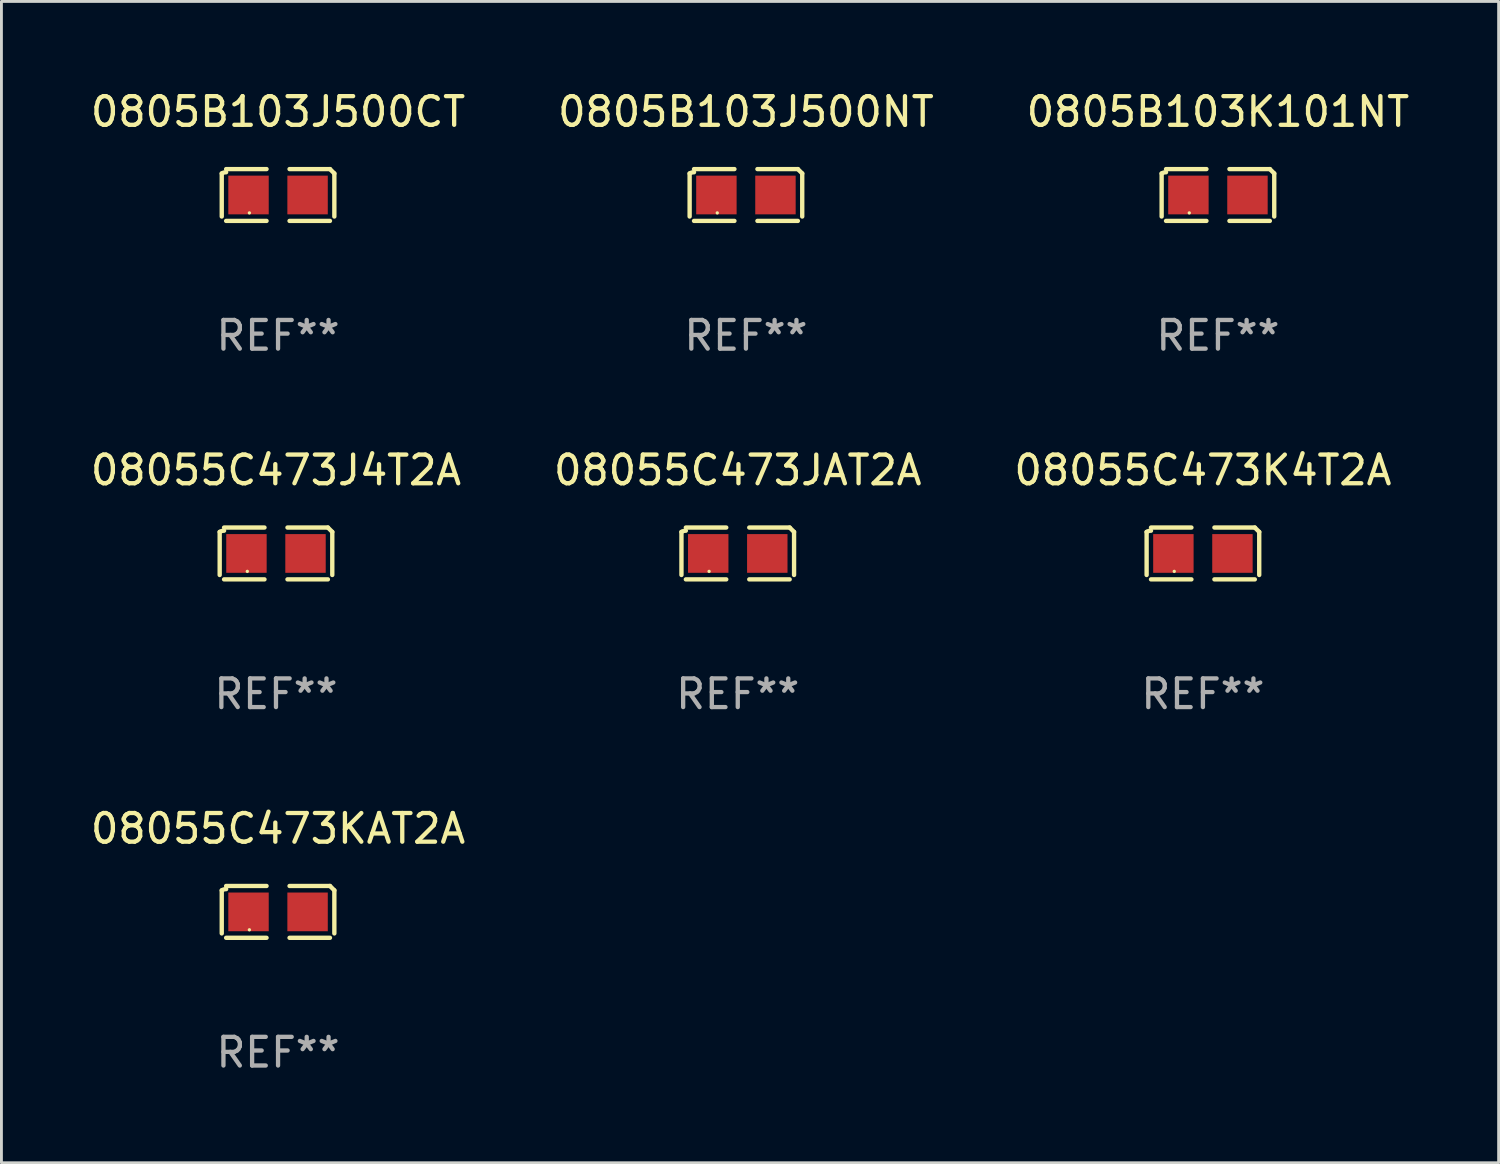
<source format=kicad_pcb>
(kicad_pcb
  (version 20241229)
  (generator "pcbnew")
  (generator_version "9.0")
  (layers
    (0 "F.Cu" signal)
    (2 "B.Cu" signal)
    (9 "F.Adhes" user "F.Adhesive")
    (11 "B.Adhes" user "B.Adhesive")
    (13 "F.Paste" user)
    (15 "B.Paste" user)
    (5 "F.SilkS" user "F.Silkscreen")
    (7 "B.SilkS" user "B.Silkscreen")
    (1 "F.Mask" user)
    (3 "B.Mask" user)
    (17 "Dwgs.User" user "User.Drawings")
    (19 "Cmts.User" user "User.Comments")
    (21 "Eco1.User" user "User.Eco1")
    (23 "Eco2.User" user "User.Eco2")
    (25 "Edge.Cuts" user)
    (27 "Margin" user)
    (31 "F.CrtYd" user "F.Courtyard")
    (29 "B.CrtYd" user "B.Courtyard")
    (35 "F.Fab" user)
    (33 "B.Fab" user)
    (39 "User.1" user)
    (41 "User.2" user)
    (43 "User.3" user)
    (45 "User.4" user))
  (footprint "0805B103J500CT"
    (layer "F.Cu")
    (at 6.649 3.752)
    (property "Reference" "0805B103J500CT" (at 0 -2.904 0) (layer "F.SilkS") (effects (font (size 1 1) (thickness 0.15))))
    (attr through_hole)
    (fp_line (start -1.964 0.751) (end -1.964 -0.751) (stroke (width 0.152) (type solid)) (layer "F.SilkS"))
    (fp_line (start -1.811 -0.904) (end -0.401 -0.904) (stroke (width 0.152) (type solid)) (layer "F.SilkS"))
    (fp_line (start -0.401 0.904) (end -1.811 0.904) (stroke (width 0.152) (type solid)) (layer "F.SilkS"))
    (fp_line (start 0.401 0.904) (end 1.811 0.904) (stroke (width 0.152) (type solid)) (layer "F.SilkS"))
    (fp_line (start 1.811 -0.904) (end 0.401 -0.904) (stroke (width 0.152) (type solid)) (layer "F.SilkS"))
    (fp_line (start 1.964 0.751) (end 1.964 -0.751) (stroke (width 0.152) (type solid)) (layer "F.SilkS"))
    (fp_arc (start -1.963602 -0.751207) (mid -1.890354 -0.783131) (end -1.811201 -0.794044) (stroke (width 0.1524) (type solid)) (layer "F.SilkS"))
    (fp_arc (start 1.811202 -0.903607) (mid 1.887413 -0.827418) (end 1.963602 -0.751207) (stroke (width 0.1524) (type solid)) (layer "F.SilkS"))
    (fp_circle (center -1 0.625) (end -0.97 0.625) (stroke (width 0.06) (type solid)) (fill no) (layer "F.SilkS"))
    (fp_text user "REF**" (at 0 4.904 0) (layer "F.Fab") (effects (font (size 1 1) (thickness 0.15))))
    (pad "1" smd rect (at -1.03 0) (size 1.41 1.35) (layers "F.Cu" "F.Mask" "F.Paste"))
    (pad "2" smd rect (at 1.03 0) (size 1.41 1.35) (layers "F.Cu" "F.Mask" "F.Paste")))
  (footprint "08055C473K4T2A"
    (layer "F.Cu")
    (at 38.911 16.256)
    (property "Reference" "08055C473K4T2A" (at 0 -2.904 0) (layer "F.SilkS") (effects (font (size 1 1) (thickness 0.15))))
    (attr through_hole)
    (fp_line (start -1.964 0.751) (end -1.964 -0.751) (stroke (width 0.152) (type solid)) (layer "F.SilkS"))
    (fp_line (start -1.811 -0.904) (end -0.401 -0.904) (stroke (width 0.152) (type solid)) (layer "F.SilkS"))
    (fp_line (start -0.401 0.904) (end -1.811 0.904) (stroke (width 0.152) (type solid)) (layer "F.SilkS"))
    (fp_line (start 0.401 0.904) (end 1.811 0.904) (stroke (width 0.152) (type solid)) (layer "F.SilkS"))
    (fp_line (start 1.811 -0.904) (end 0.401 -0.904) (stroke (width 0.152) (type solid)) (layer "F.SilkS"))
    (fp_line (start 1.964 0.751) (end 1.964 -0.751) (stroke (width 0.152) (type solid)) (layer "F.SilkS"))
    (fp_arc (start -1.963602 -0.751207) (mid -1.890354 -0.783131) (end -1.811201 -0.794044) (stroke (width 0.1524) (type solid)) (layer "F.SilkS"))
    (fp_arc (start 1.811202 -0.903607) (mid 1.887413 -0.827418) (end 1.963602 -0.751207) (stroke (width 0.1524) (type solid)) (layer "F.SilkS"))
    (fp_circle (center -1 0.625) (end -0.97 0.625) (stroke (width 0.06) (type solid)) (fill no) (layer "F.SilkS"))
    (fp_text user "REF**" (at 0 4.904 0) (layer "F.Fab") (effects (font (size 1 1) (thickness 0.15))))
    (pad "1" smd rect (at -1.03 0) (size 1.41 1.35) (layers "F.Cu" "F.Mask" "F.Paste"))
    (pad "2" smd rect (at 1.03 0) (size 1.41 1.35) (layers "F.Cu" "F.Mask" "F.Paste")))
  (footprint "08055C473JAT2A"
    (layer "F.Cu")
    (at 22.685 16.256)
    (property "Reference" "08055C473JAT2A" (at 0 -2.904 0) (layer "F.SilkS") (effects (font (size 1 1) (thickness 0.15))))
    (attr through_hole)
    (fp_line (start -1.964 0.751) (end -1.964 -0.751) (stroke (width 0.152) (type solid)) (layer "F.SilkS"))
    (fp_line (start -1.811 -0.904) (end -0.401 -0.904) (stroke (width 0.152) (type solid)) (layer "F.SilkS"))
    (fp_line (start -0.401 0.904) (end -1.811 0.904) (stroke (width 0.152) (type solid)) (layer "F.SilkS"))
    (fp_line (start 0.401 0.904) (end 1.811 0.904) (stroke (width 0.152) (type solid)) (layer "F.SilkS"))
    (fp_line (start 1.811 -0.904) (end 0.401 -0.904) (stroke (width 0.152) (type solid)) (layer "F.SilkS"))
    (fp_line (start 1.964 0.751) (end 1.964 -0.751) (stroke (width 0.152) (type solid)) (layer "F.SilkS"))
    (fp_arc (start -1.963602 -0.751207) (mid -1.890354 -0.783131) (end -1.811201 -0.794044) (stroke (width 0.1524) (type solid)) (layer "F.SilkS"))
    (fp_arc (start 1.811202 -0.903607) (mid 1.887413 -0.827418) (end 1.963602 -0.751207) (stroke (width 0.1524) (type solid)) (layer "F.SilkS"))
    (fp_circle (center -1 0.625) (end -0.97 0.625) (stroke (width 0.06) (type solid)) (fill no) (layer "F.SilkS"))
    (fp_text user "REF**" (at 0 4.904 0) (layer "F.Fab") (effects (font (size 1 1) (thickness 0.15))))
    (pad "1" smd rect (at -1.03 0) (size 1.41 1.35) (layers "F.Cu" "F.Mask" "F.Paste"))
    (pad "2" smd rect (at 1.03 0) (size 1.41 1.35) (layers "F.Cu" "F.Mask" "F.Paste")))
  (footprint "0805B103K101NT"
    (layer "F.Cu")
    (at 39.435 3.752)
    (property "Reference" "0805B103K101NT" (at 0 -2.904 0) (layer "F.SilkS") (effects (font (size 1 1) (thickness 0.15))))
    (attr through_hole)
    (fp_line (start -1.964 0.751) (end -1.964 -0.751) (stroke (width 0.152) (type solid)) (layer "F.SilkS"))
    (fp_line (start -1.811 -0.904) (end -0.401 -0.904) (stroke (width 0.152) (type solid)) (layer "F.SilkS"))
    (fp_line (start -0.401 0.904) (end -1.811 0.904) (stroke (width 0.152) (type solid)) (layer "F.SilkS"))
    (fp_line (start 0.401 0.904) (end 1.811 0.904) (stroke (width 0.152) (type solid)) (layer "F.SilkS"))
    (fp_line (start 1.811 -0.904) (end 0.401 -0.904) (stroke (width 0.152) (type solid)) (layer "F.SilkS"))
    (fp_line (start 1.964 0.751) (end 1.964 -0.751) (stroke (width 0.152) (type solid)) (layer "F.SilkS"))
    (fp_arc (start -1.963602 -0.751207) (mid -1.890354 -0.783131) (end -1.811201 -0.794044) (stroke (width 0.1524) (type solid)) (layer "F.SilkS"))
    (fp_arc (start 1.811202 -0.903607) (mid 1.887413 -0.827418) (end 1.963602 -0.751207) (stroke (width 0.1524) (type solid)) (layer "F.SilkS"))
    (fp_circle (center -1 0.625) (end -0.97 0.625) (stroke (width 0.06) (type solid)) (fill no) (layer "F.SilkS"))
    (fp_text user "REF**" (at 0 4.904 0) (layer "F.Fab") (effects (font (size 1 1) (thickness 0.15))))
    (pad "1" smd rect (at -1.03 0) (size 1.41 1.35) (layers "F.Cu" "F.Mask" "F.Paste"))
    (pad "2" smd rect (at 1.03 0) (size 1.41 1.35) (layers "F.Cu" "F.Mask" "F.Paste")))
  (footprint "0805B103J500NT"
    (layer "F.Cu")
    (at 22.97 3.752)
    (property "Reference" "0805B103J500NT" (at 0 -2.904 0) (layer "F.SilkS") (effects (font (size 1 1) (thickness 0.15))))
    (attr through_hole)
    (fp_line (start -1.964 0.751) (end -1.964 -0.751) (stroke (width 0.152) (type solid)) (layer "F.SilkS"))
    (fp_line (start -1.811 -0.904) (end -0.401 -0.904) (stroke (width 0.152) (type solid)) (layer "F.SilkS"))
    (fp_line (start -0.401 0.904) (end -1.811 0.904) (stroke (width 0.152) (type solid)) (layer "F.SilkS"))
    (fp_line (start 0.401 0.904) (end 1.811 0.904) (stroke (width 0.152) (type solid)) (layer "F.SilkS"))
    (fp_line (start 1.811 -0.904) (end 0.401 -0.904) (stroke (width 0.152) (type solid)) (layer "F.SilkS"))
    (fp_line (start 1.964 0.751) (end 1.964 -0.751) (stroke (width 0.152) (type solid)) (layer "F.SilkS"))
    (fp_arc (start -1.963602 -0.751207) (mid -1.890354 -0.783131) (end -1.811201 -0.794044) (stroke (width 0.1524) (type solid)) (layer "F.SilkS"))
    (fp_arc (start 1.811202 -0.903607) (mid 1.887413 -0.827418) (end 1.963602 -0.751207) (stroke (width 0.1524) (type solid)) (layer "F.SilkS"))
    (fp_circle (center -1 0.625) (end -0.97 0.625) (stroke (width 0.06) (type solid)) (fill no) (layer "F.SilkS"))
    (fp_text user "REF**" (at 0 4.904 0) (layer "F.Fab") (effects (font (size 1 1) (thickness 0.15))))
    (pad "1" smd rect (at -1.03 0) (size 1.41 1.35) (layers "F.Cu" "F.Mask" "F.Paste"))
    (pad "2" smd rect (at 1.03 0) (size 1.41 1.35) (layers "F.Cu" "F.Mask" "F.Paste")))
  (footprint "08055C473J4T2A"
    (layer "F.Cu")
    (at 6.577 16.256)
    (property "Reference" "08055C473J4T2A" (at 0 -2.904 0) (layer "F.SilkS") (effects (font (size 1 1) (thickness 0.15))))
    (attr through_hole)
    (fp_line (start -1.964 0.751) (end -1.964 -0.751) (stroke (width 0.152) (type solid)) (layer "F.SilkS"))
    (fp_line (start -1.811 -0.904) (end -0.401 -0.904) (stroke (width 0.152) (type solid)) (layer "F.SilkS"))
    (fp_line (start -0.401 0.904) (end -1.811 0.904) (stroke (width 0.152) (type solid)) (layer "F.SilkS"))
    (fp_line (start 0.401 0.904) (end 1.811 0.904) (stroke (width 0.152) (type solid)) (layer "F.SilkS"))
    (fp_line (start 1.811 -0.904) (end 0.401 -0.904) (stroke (width 0.152) (type solid)) (layer "F.SilkS"))
    (fp_line (start 1.964 0.751) (end 1.964 -0.751) (stroke (width 0.152) (type solid)) (layer "F.SilkS"))
    (fp_arc (start -1.963602 -0.751207) (mid -1.890354 -0.783131) (end -1.811201 -0.794044) (stroke (width 0.1524) (type solid)) (layer "F.SilkS"))
    (fp_arc (start 1.811202 -0.903607) (mid 1.887413 -0.827418) (end 1.963602 -0.751207) (stroke (width 0.1524) (type solid)) (layer "F.SilkS"))
    (fp_circle (center -1 0.625) (end -0.97 0.625) (stroke (width 0.06) (type solid)) (fill no) (layer "F.SilkS"))
    (fp_text user "REF**" (at 0 4.904 0) (layer "F.Fab") (effects (font (size 1 1) (thickness 0.15))))
    (pad "1" smd rect (at -1.03 0) (size 1.41 1.35) (layers "F.Cu" "F.Mask" "F.Paste"))
    (pad "2" smd rect (at 1.03 0) (size 1.41 1.35) (layers "F.Cu" "F.Mask" "F.Paste")))
  (footprint "08055C473KAT2A"
    (layer "F.Cu")
    (at 6.649 28.759)
    (property "Reference" "08055C473KAT2A" (at 0 -2.904 0) (layer "F.SilkS") (effects (font (size 1 1) (thickness 0.15))))
    (attr through_hole)
    (fp_line (start -1.964 0.751) (end -1.964 -0.751) (stroke (width 0.152) (type solid)) (layer "F.SilkS"))
    (fp_line (start -1.811 -0.904) (end -0.401 -0.904) (stroke (width 0.152) (type solid)) (layer "F.SilkS"))
    (fp_line (start -0.401 0.904) (end -1.811 0.904) (stroke (width 0.152) (type solid)) (layer "F.SilkS"))
    (fp_line (start 0.401 0.904) (end 1.811 0.904) (stroke (width 0.152) (type solid)) (layer "F.SilkS"))
    (fp_line (start 1.811 -0.904) (end 0.401 -0.904) (stroke (width 0.152) (type solid)) (layer "F.SilkS"))
    (fp_line (start 1.964 0.751) (end 1.964 -0.751) (stroke (width 0.152) (type solid)) (layer "F.SilkS"))
    (fp_arc (start -1.963602 -0.751207) (mid -1.890354 -0.783131) (end -1.811201 -0.794044) (stroke (width 0.1524) (type solid)) (layer "F.SilkS"))
    (fp_arc (start 1.811202 -0.903607) (mid 1.887413 -0.827418) (end 1.963602 -0.751207) (stroke (width 0.1524) (type solid)) (layer "F.SilkS"))
    (fp_circle (center -1 0.625) (end -0.97 0.625) (stroke (width 0.06) (type solid)) (fill no) (layer "F.SilkS"))
    (fp_text user "REF**" (at 0 4.904 0) (layer "F.Fab") (effects (font (size 1 1) (thickness 0.15))))
    (pad "1" smd rect (at -1.03 0) (size 1.41 1.35) (layers "F.Cu" "F.Mask" "F.Paste"))
    (pad "2" smd rect (at 1.03 0) (size 1.41 1.35) (layers "F.Cu" "F.Mask" "F.Paste")))
  (gr_rect
    (start -3 -3)
    (end 49.226 37.511)
    (stroke (width 0.1) (type default))
    (fill no)
    (layer "Edge.Cuts")))
</source>
